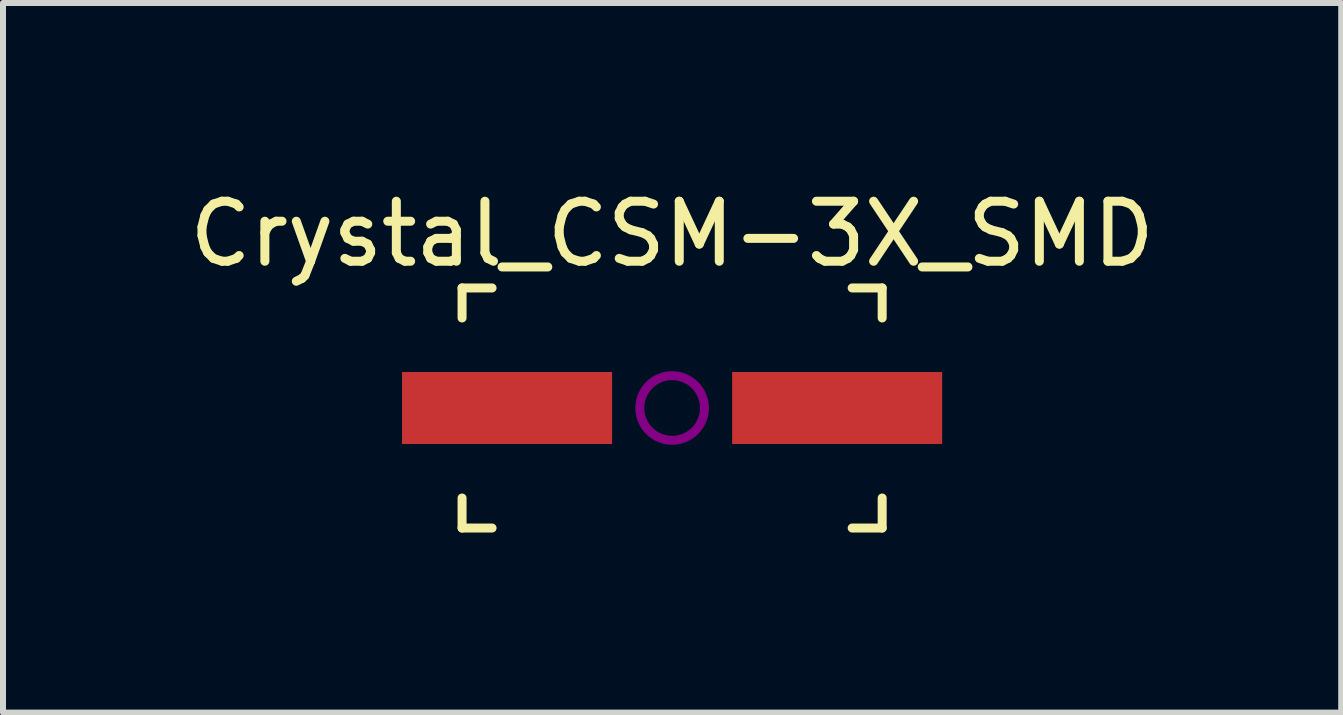
<source format=kicad_pcb>
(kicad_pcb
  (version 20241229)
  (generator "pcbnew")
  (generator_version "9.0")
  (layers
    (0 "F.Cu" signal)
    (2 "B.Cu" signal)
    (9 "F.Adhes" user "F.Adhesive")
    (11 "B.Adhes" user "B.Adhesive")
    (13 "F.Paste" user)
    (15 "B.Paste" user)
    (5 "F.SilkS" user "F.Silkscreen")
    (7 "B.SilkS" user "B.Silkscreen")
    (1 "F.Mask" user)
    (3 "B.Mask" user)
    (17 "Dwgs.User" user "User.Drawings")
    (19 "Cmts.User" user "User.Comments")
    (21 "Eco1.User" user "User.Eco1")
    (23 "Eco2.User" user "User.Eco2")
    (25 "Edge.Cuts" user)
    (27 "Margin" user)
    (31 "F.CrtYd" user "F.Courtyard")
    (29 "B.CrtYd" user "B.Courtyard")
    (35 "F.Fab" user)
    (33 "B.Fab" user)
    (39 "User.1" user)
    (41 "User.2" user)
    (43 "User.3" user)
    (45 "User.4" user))
  (footprint "Crystal_CSM-3X_SMD"
    (layer "F.Cu")
    (at 8.149 3.748)
    (property "Reference" "Crystal_CSM-3X_SMD" (at 0 -2.9 0) (layer "F.SilkS") (effects (font (size 1 1) (thickness 0.15))))
    (attr through_hole)
    (fp_line (start -3.5 -2) (end -3 -2) (stroke (width 0.15) (type solid)) (layer "F.SilkS"))
    (fp_line (start -3.5 -1.5) (end -3.5 -2) (stroke (width 0.15) (type solid)) (layer "F.SilkS"))
    (fp_line (start -3.5 2) (end -3.5 1.5) (stroke (width 0.15) (type solid)) (layer "F.SilkS"))
    (fp_line (start -3.5 2) (end -3 2) (stroke (width 0.15) (type solid)) (layer "F.SilkS"))
    (fp_line (start 3.5 -2) (end 3 -2) (stroke (width 0.15) (type solid)) (layer "F.SilkS"))
    (fp_line (start 3.5 -2) (end 3.5 -1.5) (stroke (width 0.15) (type solid)) (layer "F.SilkS"))
    (fp_line (start 3.5 1.5) (end 3.5 2) (stroke (width 0.15) (type solid)) (layer "F.SilkS"))
    (fp_line (start 3.5 2) (end 3 2) (stroke (width 0.15) (type solid)) (layer "F.SilkS"))
    (fp_circle (center 0 0) (end -0.2 -0.5) (stroke (width 0.15) (type solid)) (fill no) (layer "F.Adhes"))
    (pad "1" smd rect (at -2.75 0) (size 3.5 1.2) (layers "F.Cu" "F.Mask" "F.Paste"))
    (pad "2" smd rect (at 2.75 0) (size 3.5 1.2) (layers "F.Cu" "F.Mask" "F.Paste")))
  (gr_rect
    (start -3 -3)
    (end 19.298 8.823)
    (stroke (width 0.1) (type default))
    (fill no)
    (layer "Edge.Cuts")))
</source>
